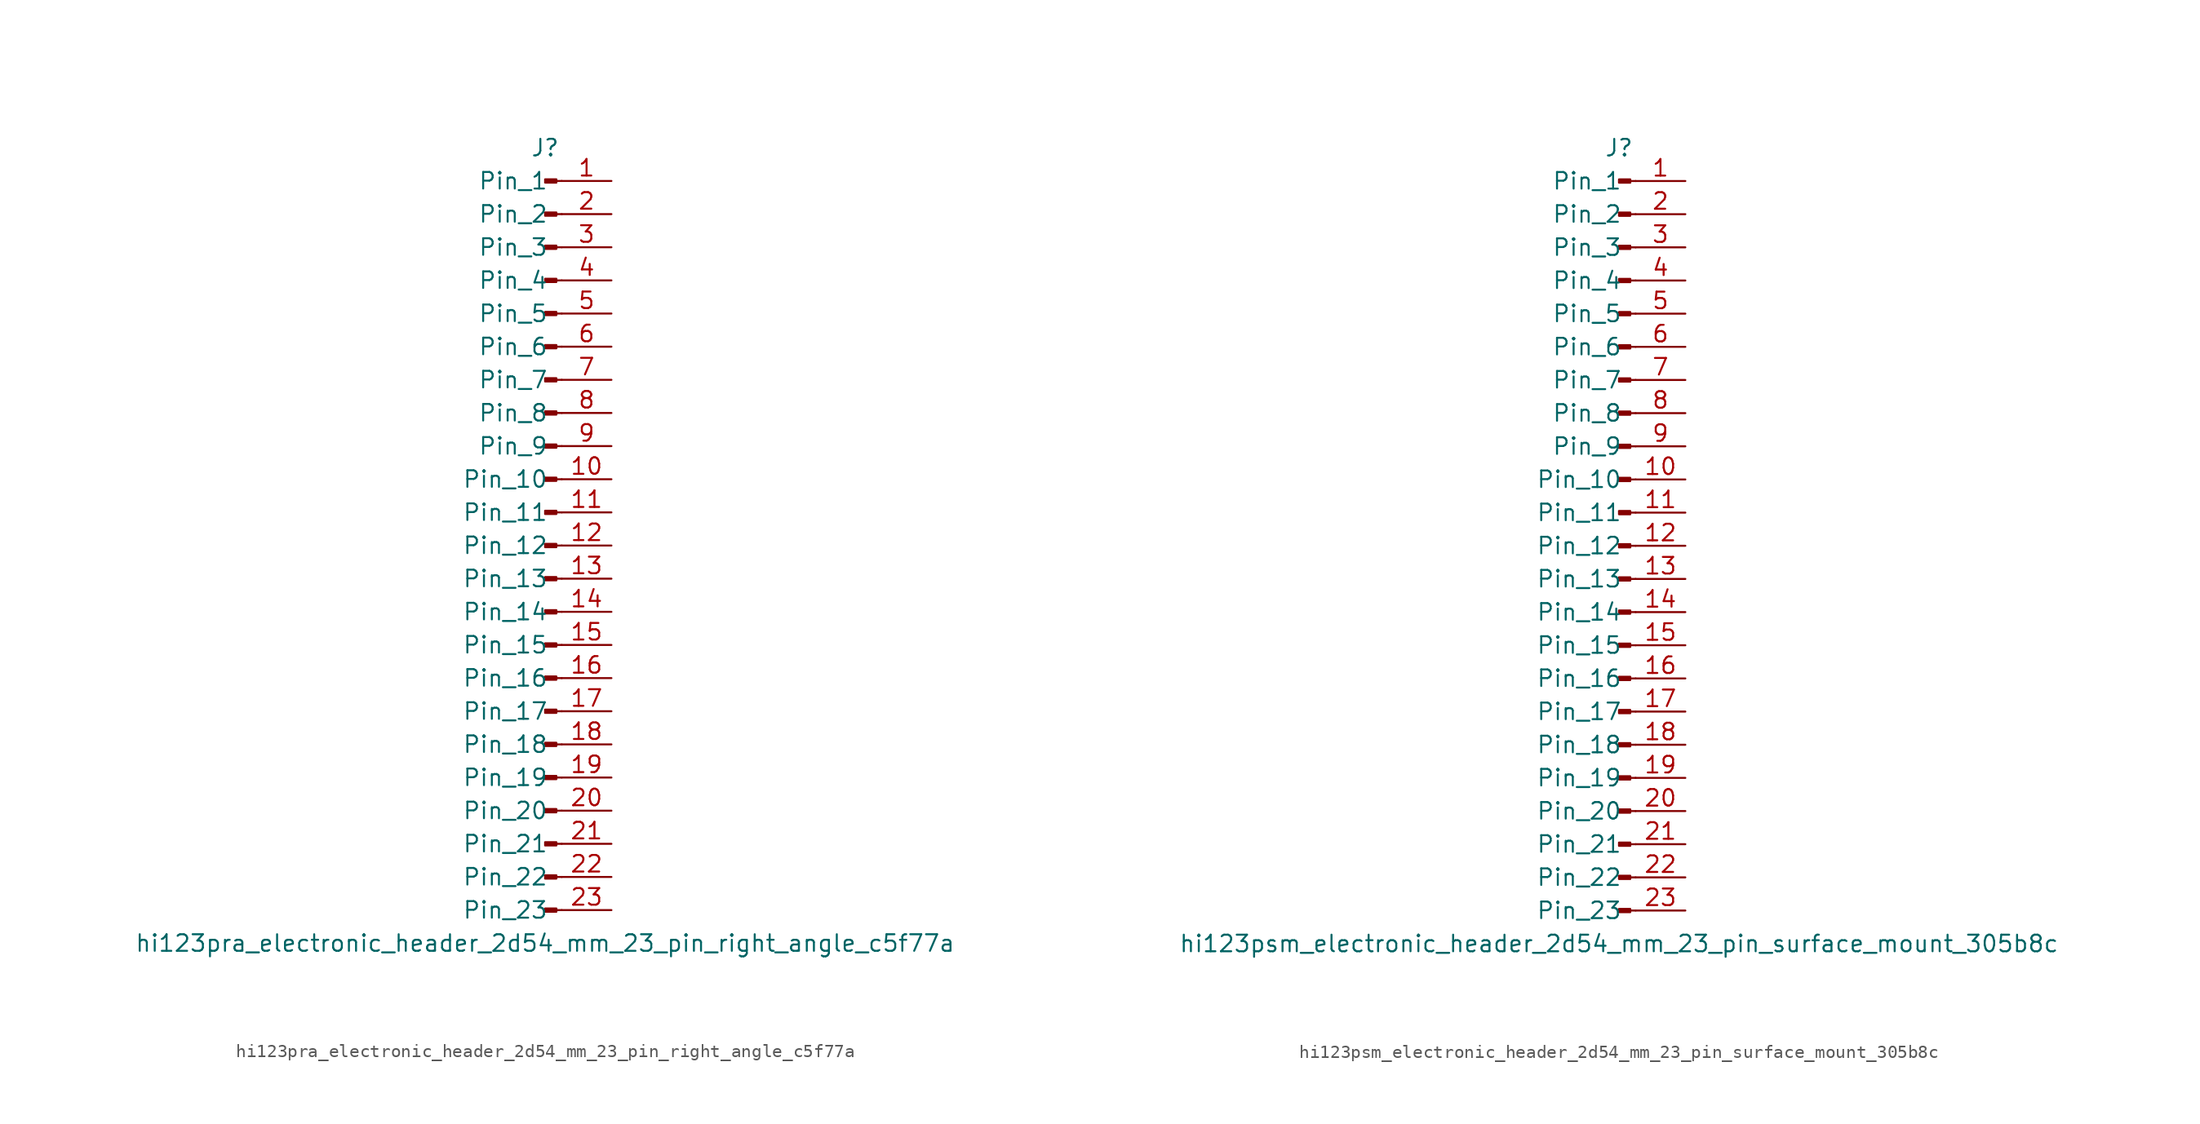
<source format=kicad_sym>
(kicad_symbol_lib
  (version 20220914)
  (generator kicad_symbol_editor)
  (symbol "hi123pra_electronic_header_2d54_mm_23_pin_right_angle_c5f77a"
    (pin_names
      (offset 1.016))
    (property "Reference" "J"
      (at 0 30.48 0)
      (effects (font (size 1.27 1.27))))
    (property "Value" "hi123pra_electronic_header_2d54_mm_23_pin_right_angle_c5f77a"
      (at 0 -30.48 0)
      (effects (font (size 1.27 1.27))))
    (property "ki_locked" ""
      (at 0 0 0)
      (effects (font (size 1.27 1.27))))
    (symbol "hi123pra_electronic_header_2d54_mm_23_pin_right_angle_c5f77a_1_1"
      (polyline (pts (xy 1.27 -27.94) (xy 0.864 -27.94)) (stroke (width 0.152) (type default)) (fill (type none)))
      (polyline (pts (xy 1.27 -25.4) (xy 0.864 -25.4)) (stroke (width 0.152) (type default)) (fill (type none)))
      (polyline (pts (xy 1.27 -22.86) (xy 0.864 -22.86)) (stroke (width 0.152) (type default)) (fill (type none)))
      (polyline (pts (xy 1.27 -20.32) (xy 0.864 -20.32)) (stroke (width 0.152) (type default)) (fill (type none)))
      (polyline (pts (xy 1.27 -17.78) (xy 0.864 -17.78)) (stroke (width 0.152) (type default)) (fill (type none)))
      (polyline (pts (xy 1.27 -15.24) (xy 0.864 -15.24)) (stroke (width 0.152) (type default)) (fill (type none)))
      (polyline (pts (xy 1.27 -12.7) (xy 0.864 -12.7)) (stroke (width 0.152) (type default)) (fill (type none)))
      (polyline (pts (xy 1.27 -10.16) (xy 0.864 -10.16)) (stroke (width 0.152) (type default)) (fill (type none)))
      (polyline (pts (xy 1.27 -7.62) (xy 0.864 -7.62)) (stroke (width 0.152) (type default)) (fill (type none)))
      (polyline (pts (xy 1.27 -5.08) (xy 0.864 -5.08)) (stroke (width 0.152) (type default)) (fill (type none)))
      (polyline (pts (xy 1.27 -2.54) (xy 0.864 -2.54)) (stroke (width 0.152) (type default)) (fill (type none)))
      (polyline (pts (xy 1.27 0) (xy 0.864 0)) (stroke (width 0.152) (type default)) (fill (type none)))
      (polyline (pts (xy 1.27 2.54) (xy 0.864 2.54)) (stroke (width 0.152) (type default)) (fill (type none)))
      (polyline (pts (xy 1.27 5.08) (xy 0.864 5.08)) (stroke (width 0.152) (type default)) (fill (type none)))
      (polyline (pts (xy 1.27 7.62) (xy 0.864 7.62)) (stroke (width 0.152) (type default)) (fill (type none)))
      (polyline (pts (xy 1.27 10.16) (xy 0.864 10.16)) (stroke (width 0.152) (type default)) (fill (type none)))
      (polyline (pts (xy 1.27 12.7) (xy 0.864 12.7)) (stroke (width 0.152) (type default)) (fill (type none)))
      (polyline (pts (xy 1.27 15.24) (xy 0.864 15.24)) (stroke (width 0.152) (type default)) (fill (type none)))
      (polyline (pts (xy 1.27 17.78) (xy 0.864 17.78)) (stroke (width 0.152) (type default)) (fill (type none)))
      (polyline (pts (xy 1.27 20.32) (xy 0.864 20.32)) (stroke (width 0.152) (type default)) (fill (type none)))
      (polyline (pts (xy 1.27 22.86) (xy 0.864 22.86)) (stroke (width 0.152) (type default)) (fill (type none)))
      (polyline (pts (xy 1.27 25.4) (xy 0.864 25.4)) (stroke (width 0.152) (type default)) (fill (type none)))
      (polyline (pts (xy 1.27 27.94) (xy 0.864 27.94)) (stroke (width 0.152) (type default)) (fill (type none)))
      (rectangle (start 0.864 -27.813) (end 0 -28.067) (stroke (width 0.152) (type default)) (fill (type outline)))
      (rectangle (start 0.864 -25.273) (end 0 -25.527) (stroke (width 0.152) (type default)) (fill (type outline)))
      (rectangle (start 0.864 -22.733) (end 0 -22.987) (stroke (width 0.152) (type default)) (fill (type outline)))
      (rectangle (start 0.864 -20.193) (end 0 -20.447) (stroke (width 0.152) (type default)) (fill (type outline)))
      (rectangle (start 0.864 -17.653) (end 0 -17.907) (stroke (width 0.152) (type default)) (fill (type outline)))
      (rectangle (start 0.864 -15.113) (end 0 -15.367) (stroke (width 0.152) (type default)) (fill (type outline)))
      (rectangle (start 0.864 -12.573) (end 0 -12.827) (stroke (width 0.152) (type default)) (fill (type outline)))
      (rectangle (start 0.864 -10.033) (end 0 -10.287) (stroke (width 0.152) (type default)) (fill (type outline)))
      (rectangle (start 0.864 -7.493) (end 0 -7.747) (stroke (width 0.152) (type default)) (fill (type outline)))
      (rectangle (start 0.864 -4.953) (end 0 -5.207) (stroke (width 0.152) (type default)) (fill (type outline)))
      (rectangle (start 0.864 -2.413) (end 0 -2.667) (stroke (width 0.152) (type default)) (fill (type outline)))
      (rectangle (start 0.864 0.127) (end 0 -0.127) (stroke (width 0.152) (type default)) (fill (type outline)))
      (rectangle (start 0.864 2.667) (end 0 2.413) (stroke (width 0.152) (type default)) (fill (type outline)))
      (rectangle (start 0.864 5.207) (end 0 4.953) (stroke (width 0.152) (type default)) (fill (type outline)))
      (rectangle (start 0.864 7.747) (end 0 7.493) (stroke (width 0.152) (type default)) (fill (type outline)))
      (rectangle (start 0.864 10.287) (end 0 10.033) (stroke (width 0.152) (type default)) (fill (type outline)))
      (rectangle (start 0.864 12.827) (end 0 12.573) (stroke (width 0.152) (type default)) (fill (type outline)))
      (rectangle (start 0.864 15.367) (end 0 15.113) (stroke (width 0.152) (type default)) (fill (type outline)))
      (rectangle (start 0.864 17.907) (end 0 17.653) (stroke (width 0.152) (type default)) (fill (type outline)))
      (rectangle (start 0.864 20.447) (end 0 20.193) (stroke (width 0.152) (type default)) (fill (type outline)))
      (rectangle (start 0.864 22.987) (end 0 22.733) (stroke (width 0.152) (type default)) (fill (type outline)))
      (rectangle (start 0.864 25.527) (end 0 25.273) (stroke (width 0.152) (type default)) (fill (type outline)))
      (rectangle (start 0.864 28.067) (end 0 27.813) (stroke (width 0.152) (type default)) (fill (type outline)))
      (pin passive line (at 5.08 27.94 180) (length 3.81) (name "Pin_1" (effects (font (size 1.27 1.27)))) (number "1" (effects (font (size 1.27 1.27)))))
      (pin passive line (at 5.08 5.08 180) (length 3.81) (name "Pin_10" (effects (font (size 1.27 1.27)))) (number "10" (effects (font (size 1.27 1.27)))))
      (pin passive line (at 5.08 2.54 180) (length 3.81) (name "Pin_11" (effects (font (size 1.27 1.27)))) (number "11" (effects (font (size 1.27 1.27)))))
      (pin passive line (at 5.08 0 180) (length 3.81) (name "Pin_12" (effects (font (size 1.27 1.27)))) (number "12" (effects (font (size 1.27 1.27)))))
      (pin passive line (at 5.08 -2.54 180) (length 3.81) (name "Pin_13" (effects (font (size 1.27 1.27)))) (number "13" (effects (font (size 1.27 1.27)))))
      (pin passive line (at 5.08 -5.08 180) (length 3.81) (name "Pin_14" (effects (font (size 1.27 1.27)))) (number "14" (effects (font (size 1.27 1.27)))))
      (pin passive line (at 5.08 -7.62 180) (length 3.81) (name "Pin_15" (effects (font (size 1.27 1.27)))) (number "15" (effects (font (size 1.27 1.27)))))
      (pin passive line (at 5.08 -10.16 180) (length 3.81) (name "Pin_16" (effects (font (size 1.27 1.27)))) (number "16" (effects (font (size 1.27 1.27)))))
      (pin passive line (at 5.08 -12.7 180) (length 3.81) (name "Pin_17" (effects (font (size 1.27 1.27)))) (number "17" (effects (font (size 1.27 1.27)))))
      (pin passive line (at 5.08 -15.24 180) (length 3.81) (name "Pin_18" (effects (font (size 1.27 1.27)))) (number "18" (effects (font (size 1.27 1.27)))))
      (pin passive line (at 5.08 -17.78 180) (length 3.81) (name "Pin_19" (effects (font (size 1.27 1.27)))) (number "19" (effects (font (size 1.27 1.27)))))
      (pin passive line (at 5.08 25.4 180) (length 3.81) (name "Pin_2" (effects (font (size 1.27 1.27)))) (number "2" (effects (font (size 1.27 1.27)))))
      (pin passive line (at 5.08 -20.32 180) (length 3.81) (name "Pin_20" (effects (font (size 1.27 1.27)))) (number "20" (effects (font (size 1.27 1.27)))))
      (pin passive line (at 5.08 -22.86 180) (length 3.81) (name "Pin_21" (effects (font (size 1.27 1.27)))) (number "21" (effects (font (size 1.27 1.27)))))
      (pin passive line (at 5.08 -25.4 180) (length 3.81) (name "Pin_22" (effects (font (size 1.27 1.27)))) (number "22" (effects (font (size 1.27 1.27)))))
      (pin passive line (at 5.08 -27.94 180) (length 3.81) (name "Pin_23" (effects (font (size 1.27 1.27)))) (number "23" (effects (font (size 1.27 1.27)))))
      (pin passive line (at 5.08 22.86 180) (length 3.81) (name "Pin_3" (effects (font (size 1.27 1.27)))) (number "3" (effects (font (size 1.27 1.27)))))
      (pin passive line (at 5.08 20.32 180) (length 3.81) (name "Pin_4" (effects (font (size 1.27 1.27)))) (number "4" (effects (font (size 1.27 1.27)))))
      (pin passive line (at 5.08 17.78 180) (length 3.81) (name "Pin_5" (effects (font (size 1.27 1.27)))) (number "5" (effects (font (size 1.27 1.27)))))
      (pin passive line (at 5.08 15.24 180) (length 3.81) (name "Pin_6" (effects (font (size 1.27 1.27)))) (number "6" (effects (font (size 1.27 1.27)))))
      (pin passive line (at 5.08 12.7 180) (length 3.81) (name "Pin_7" (effects (font (size 1.27 1.27)))) (number "7" (effects (font (size 1.27 1.27)))))
      (pin passive line (at 5.08 10.16 180) (length 3.81) (name "Pin_8" (effects (font (size 1.27 1.27)))) (number "8" (effects (font (size 1.27 1.27)))))
      (pin passive line (at 5.08 7.62 180) (length 3.81) (name "Pin_9" (effects (font (size 1.27 1.27)))) (number "9" (effects (font (size 1.27 1.27)))))))
  (symbol "hi123psm_electronic_header_2d54_mm_23_pin_surface_mount_305b8c"
    (pin_names
      (offset 1.016))
    (property "Reference" "J"
      (at 0 30.48 0)
      (effects (font (size 1.27 1.27))))
    (property "Value" "hi123psm_electronic_header_2d54_mm_23_pin_surface_mount_305b8c"
      (at 0 -30.48 0)
      (effects (font (size 1.27 1.27))))
    (property "ki_locked" ""
      (at 0 0 0)
      (effects (font (size 1.27 1.27))))
    (symbol "hi123psm_electronic_header_2d54_mm_23_pin_surface_mount_305b8c_1_1"
      (polyline (pts (xy 1.27 -27.94) (xy 0.864 -27.94)) (stroke (width 0.152) (type default)) (fill (type none)))
      (polyline (pts (xy 1.27 -25.4) (xy 0.864 -25.4)) (stroke (width 0.152) (type default)) (fill (type none)))
      (polyline (pts (xy 1.27 -22.86) (xy 0.864 -22.86)) (stroke (width 0.152) (type default)) (fill (type none)))
      (polyline (pts (xy 1.27 -20.32) (xy 0.864 -20.32)) (stroke (width 0.152) (type default)) (fill (type none)))
      (polyline (pts (xy 1.27 -17.78) (xy 0.864 -17.78)) (stroke (width 0.152) (type default)) (fill (type none)))
      (polyline (pts (xy 1.27 -15.24) (xy 0.864 -15.24)) (stroke (width 0.152) (type default)) (fill (type none)))
      (polyline (pts (xy 1.27 -12.7) (xy 0.864 -12.7)) (stroke (width 0.152) (type default)) (fill (type none)))
      (polyline (pts (xy 1.27 -10.16) (xy 0.864 -10.16)) (stroke (width 0.152) (type default)) (fill (type none)))
      (polyline (pts (xy 1.27 -7.62) (xy 0.864 -7.62)) (stroke (width 0.152) (type default)) (fill (type none)))
      (polyline (pts (xy 1.27 -5.08) (xy 0.864 -5.08)) (stroke (width 0.152) (type default)) (fill (type none)))
      (polyline (pts (xy 1.27 -2.54) (xy 0.864 -2.54)) (stroke (width 0.152) (type default)) (fill (type none)))
      (polyline (pts (xy 1.27 0) (xy 0.864 0)) (stroke (width 0.152) (type default)) (fill (type none)))
      (polyline (pts (xy 1.27 2.54) (xy 0.864 2.54)) (stroke (width 0.152) (type default)) (fill (type none)))
      (polyline (pts (xy 1.27 5.08) (xy 0.864 5.08)) (stroke (width 0.152) (type default)) (fill (type none)))
      (polyline (pts (xy 1.27 7.62) (xy 0.864 7.62)) (stroke (width 0.152) (type default)) (fill (type none)))
      (polyline (pts (xy 1.27 10.16) (xy 0.864 10.16)) (stroke (width 0.152) (type default)) (fill (type none)))
      (polyline (pts (xy 1.27 12.7) (xy 0.864 12.7)) (stroke (width 0.152) (type default)) (fill (type none)))
      (polyline (pts (xy 1.27 15.24) (xy 0.864 15.24)) (stroke (width 0.152) (type default)) (fill (type none)))
      (polyline (pts (xy 1.27 17.78) (xy 0.864 17.78)) (stroke (width 0.152) (type default)) (fill (type none)))
      (polyline (pts (xy 1.27 20.32) (xy 0.864 20.32)) (stroke (width 0.152) (type default)) (fill (type none)))
      (polyline (pts (xy 1.27 22.86) (xy 0.864 22.86)) (stroke (width 0.152) (type default)) (fill (type none)))
      (polyline (pts (xy 1.27 25.4) (xy 0.864 25.4)) (stroke (width 0.152) (type default)) (fill (type none)))
      (polyline (pts (xy 1.27 27.94) (xy 0.864 27.94)) (stroke (width 0.152) (type default)) (fill (type none)))
      (rectangle (start 0.864 -27.813) (end 0 -28.067) (stroke (width 0.152) (type default)) (fill (type outline)))
      (rectangle (start 0.864 -25.273) (end 0 -25.527) (stroke (width 0.152) (type default)) (fill (type outline)))
      (rectangle (start 0.864 -22.733) (end 0 -22.987) (stroke (width 0.152) (type default)) (fill (type outline)))
      (rectangle (start 0.864 -20.193) (end 0 -20.447) (stroke (width 0.152) (type default)) (fill (type outline)))
      (rectangle (start 0.864 -17.653) (end 0 -17.907) (stroke (width 0.152) (type default)) (fill (type outline)))
      (rectangle (start 0.864 -15.113) (end 0 -15.367) (stroke (width 0.152) (type default)) (fill (type outline)))
      (rectangle (start 0.864 -12.573) (end 0 -12.827) (stroke (width 0.152) (type default)) (fill (type outline)))
      (rectangle (start 0.864 -10.033) (end 0 -10.287) (stroke (width 0.152) (type default)) (fill (type outline)))
      (rectangle (start 0.864 -7.493) (end 0 -7.747) (stroke (width 0.152) (type default)) (fill (type outline)))
      (rectangle (start 0.864 -4.953) (end 0 -5.207) (stroke (width 0.152) (type default)) (fill (type outline)))
      (rectangle (start 0.864 -2.413) (end 0 -2.667) (stroke (width 0.152) (type default)) (fill (type outline)))
      (rectangle (start 0.864 0.127) (end 0 -0.127) (stroke (width 0.152) (type default)) (fill (type outline)))
      (rectangle (start 0.864 2.667) (end 0 2.413) (stroke (width 0.152) (type default)) (fill (type outline)))
      (rectangle (start 0.864 5.207) (end 0 4.953) (stroke (width 0.152) (type default)) (fill (type outline)))
      (rectangle (start 0.864 7.747) (end 0 7.493) (stroke (width 0.152) (type default)) (fill (type outline)))
      (rectangle (start 0.864 10.287) (end 0 10.033) (stroke (width 0.152) (type default)) (fill (type outline)))
      (rectangle (start 0.864 12.827) (end 0 12.573) (stroke (width 0.152) (type default)) (fill (type outline)))
      (rectangle (start 0.864 15.367) (end 0 15.113) (stroke (width 0.152) (type default)) (fill (type outline)))
      (rectangle (start 0.864 17.907) (end 0 17.653) (stroke (width 0.152) (type default)) (fill (type outline)))
      (rectangle (start 0.864 20.447) (end 0 20.193) (stroke (width 0.152) (type default)) (fill (type outline)))
      (rectangle (start 0.864 22.987) (end 0 22.733) (stroke (width 0.152) (type default)) (fill (type outline)))
      (rectangle (start 0.864 25.527) (end 0 25.273) (stroke (width 0.152) (type default)) (fill (type outline)))
      (rectangle (start 0.864 28.067) (end 0 27.813) (stroke (width 0.152) (type default)) (fill (type outline)))
      (pin passive line (at 5.08 27.94 180) (length 3.81) (name "Pin_1" (effects (font (size 1.27 1.27)))) (number "1" (effects (font (size 1.27 1.27)))))
      (pin passive line (at 5.08 5.08 180) (length 3.81) (name "Pin_10" (effects (font (size 1.27 1.27)))) (number "10" (effects (font (size 1.27 1.27)))))
      (pin passive line (at 5.08 2.54 180) (length 3.81) (name "Pin_11" (effects (font (size 1.27 1.27)))) (number "11" (effects (font (size 1.27 1.27)))))
      (pin passive line (at 5.08 0 180) (length 3.81) (name "Pin_12" (effects (font (size 1.27 1.27)))) (number "12" (effects (font (size 1.27 1.27)))))
      (pin passive line (at 5.08 -2.54 180) (length 3.81) (name "Pin_13" (effects (font (size 1.27 1.27)))) (number "13" (effects (font (size 1.27 1.27)))))
      (pin passive line (at 5.08 -5.08 180) (length 3.81) (name "Pin_14" (effects (font (size 1.27 1.27)))) (number "14" (effects (font (size 1.27 1.27)))))
      (pin passive line (at 5.08 -7.62 180) (length 3.81) (name "Pin_15" (effects (font (size 1.27 1.27)))) (number "15" (effects (font (size 1.27 1.27)))))
      (pin passive line (at 5.08 -10.16 180) (length 3.81) (name "Pin_16" (effects (font (size 1.27 1.27)))) (number "16" (effects (font (size 1.27 1.27)))))
      (pin passive line (at 5.08 -12.7 180) (length 3.81) (name "Pin_17" (effects (font (size 1.27 1.27)))) (number "17" (effects (font (size 1.27 1.27)))))
      (pin passive line (at 5.08 -15.24 180) (length 3.81) (name "Pin_18" (effects (font (size 1.27 1.27)))) (number "18" (effects (font (size 1.27 1.27)))))
      (pin passive line (at 5.08 -17.78 180) (length 3.81) (name "Pin_19" (effects (font (size 1.27 1.27)))) (number "19" (effects (font (size 1.27 1.27)))))
      (pin passive line (at 5.08 25.4 180) (length 3.81) (name "Pin_2" (effects (font (size 1.27 1.27)))) (number "2" (effects (font (size 1.27 1.27)))))
      (pin passive line (at 5.08 -20.32 180) (length 3.81) (name "Pin_20" (effects (font (size 1.27 1.27)))) (number "20" (effects (font (size 1.27 1.27)))))
      (pin passive line (at 5.08 -22.86 180) (length 3.81) (name "Pin_21" (effects (font (size 1.27 1.27)))) (number "21" (effects (font (size 1.27 1.27)))))
      (pin passive line (at 5.08 -25.4 180) (length 3.81) (name "Pin_22" (effects (font (size 1.27 1.27)))) (number "22" (effects (font (size 1.27 1.27)))))
      (pin passive line (at 5.08 -27.94 180) (length 3.81) (name "Pin_23" (effects (font (size 1.27 1.27)))) (number "23" (effects (font (size 1.27 1.27)))))
      (pin passive line (at 5.08 22.86 180) (length 3.81) (name "Pin_3" (effects (font (size 1.27 1.27)))) (number "3" (effects (font (size 1.27 1.27)))))
      (pin passive line (at 5.08 20.32 180) (length 3.81) (name "Pin_4" (effects (font (size 1.27 1.27)))) (number "4" (effects (font (size 1.27 1.27)))))
      (pin passive line (at 5.08 17.78 180) (length 3.81) (name "Pin_5" (effects (font (size 1.27 1.27)))) (number "5" (effects (font (size 1.27 1.27)))))
      (pin passive line (at 5.08 15.24 180) (length 3.81) (name "Pin_6" (effects (font (size 1.27 1.27)))) (number "6" (effects (font (size 1.27 1.27)))))
      (pin passive line (at 5.08 12.7 180) (length 3.81) (name "Pin_7" (effects (font (size 1.27 1.27)))) (number "7" (effects (font (size 1.27 1.27)))))
      (pin passive line (at 5.08 10.16 180) (length 3.81) (name "Pin_8" (effects (font (size 1.27 1.27)))) (number "8" (effects (font (size 1.27 1.27)))))
      (pin passive line (at 5.08 7.62 180) (length 3.81) (name "Pin_9" (effects (font (size 1.27 1.27)))) (number "9" (effects (font (size 1.27 1.27))))))))
</source>
